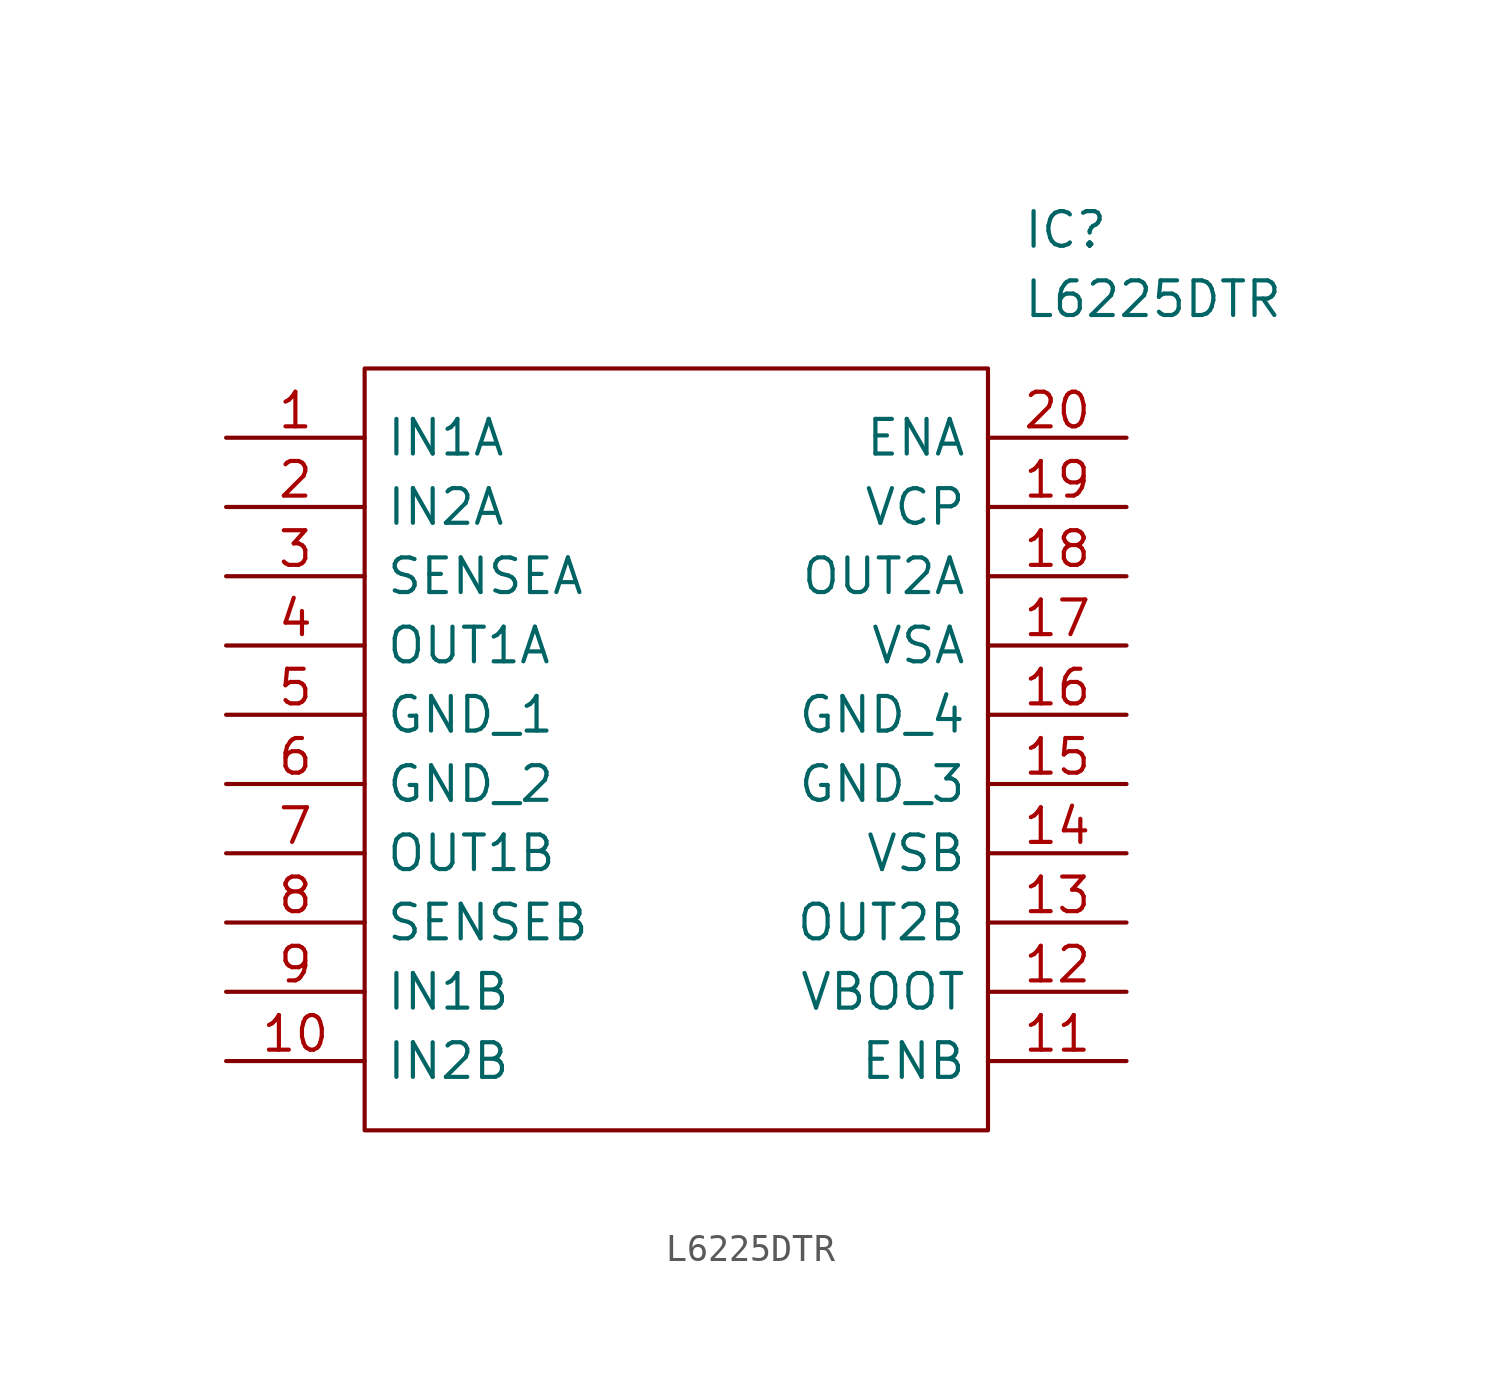
<source format=kicad_sym>
(kicad_symbol_lib
  (version 20211014)
  (generator kicad_symbol_editor)
  (symbol "L6225DTR"
    (pin_names
      (offset 0.762))
    (property "Reference" "IC"
      (at 29.21 7.62 0)
      (effects (font (size 1.27 1.27)) (justify left)))
    (property "Value" "L6225DTR"
      (at 29.21 5.08 0)
      (effects (font (size 1.27 1.27)) (justify left)))
    (symbol "L6225DTR_0_0"
      (pin passive line (at 0 0 0) (length 5.08) (name "IN1A" (effects (font (size 1.27 1.27)))) (number "1" (effects (font (size 1.27 1.27)))))
      (pin passive line (at 0 -22.86 0) (length 5.08) (name "IN2B" (effects (font (size 1.27 1.27)))) (number "10" (effects (font (size 1.27 1.27)))))
      (pin passive line (at 33.02 -22.86 180) (length 5.08) (name "ENB" (effects (font (size 1.27 1.27)))) (number "11" (effects (font (size 1.27 1.27)))))
      (pin passive line (at 33.02 -20.32 180) (length 5.08) (name "VBOOT" (effects (font (size 1.27 1.27)))) (number "12" (effects (font (size 1.27 1.27)))))
      (pin passive line (at 33.02 -17.78 180) (length 5.08) (name "OUT2B" (effects (font (size 1.27 1.27)))) (number "13" (effects (font (size 1.27 1.27)))))
      (pin passive line (at 33.02 -15.24 180) (length 5.08) (name "VSB" (effects (font (size 1.27 1.27)))) (number "14" (effects (font (size 1.27 1.27)))))
      (pin passive line (at 33.02 -12.7 180) (length 5.08) (name "GND_3" (effects (font (size 1.27 1.27)))) (number "15" (effects (font (size 1.27 1.27)))))
      (pin passive line (at 33.02 -10.16 180) (length 5.08) (name "GND_4" (effects (font (size 1.27 1.27)))) (number "16" (effects (font (size 1.27 1.27)))))
      (pin passive line (at 33.02 -7.62 180) (length 5.08) (name "VSA" (effects (font (size 1.27 1.27)))) (number "17" (effects (font (size 1.27 1.27)))))
      (pin passive line (at 33.02 -5.08 180) (length 5.08) (name "OUT2A" (effects (font (size 1.27 1.27)))) (number "18" (effects (font (size 1.27 1.27)))))
      (pin passive line (at 33.02 -2.54 180) (length 5.08) (name "VCP" (effects (font (size 1.27 1.27)))) (number "19" (effects (font (size 1.27 1.27)))))
      (pin passive line (at 0 -2.54 0) (length 5.08) (name "IN2A" (effects (font (size 1.27 1.27)))) (number "2" (effects (font (size 1.27 1.27)))))
      (pin passive line (at 33.02 0 180) (length 5.08) (name "ENA" (effects (font (size 1.27 1.27)))) (number "20" (effects (font (size 1.27 1.27)))))
      (pin passive line (at 0 -5.08 0) (length 5.08) (name "SENSEA" (effects (font (size 1.27 1.27)))) (number "3" (effects (font (size 1.27 1.27)))))
      (pin passive line (at 0 -7.62 0) (length 5.08) (name "OUT1A" (effects (font (size 1.27 1.27)))) (number "4" (effects (font (size 1.27 1.27)))))
      (pin passive line (at 0 -10.16 0) (length 5.08) (name "GND_1" (effects (font (size 1.27 1.27)))) (number "5" (effects (font (size 1.27 1.27)))))
      (pin passive line (at 0 -12.7 0) (length 5.08) (name "GND_2" (effects (font (size 1.27 1.27)))) (number "6" (effects (font (size 1.27 1.27)))))
      (pin passive line (at 0 -15.24 0) (length 5.08) (name "OUT1B" (effects (font (size 1.27 1.27)))) (number "7" (effects (font (size 1.27 1.27)))))
      (pin passive line (at 0 -17.78 0) (length 5.08) (name "SENSEB" (effects (font (size 1.27 1.27)))) (number "8" (effects (font (size 1.27 1.27)))))
      (pin passive line (at 0 -20.32 0) (length 5.08) (name "IN1B" (effects (font (size 1.27 1.27)))) (number "9" (effects (font (size 1.27 1.27))))))
    (symbol "L6225DTR_0_1"
      (polyline (pts (xy 5.08 2.54) (xy 27.94 2.54) (xy 27.94 -25.4) (xy 5.08 -25.4) (xy 5.08 2.54)) (stroke (width 0.152) (type default) (color 0 0 0 0)) (fill (type none))))))
</source>
